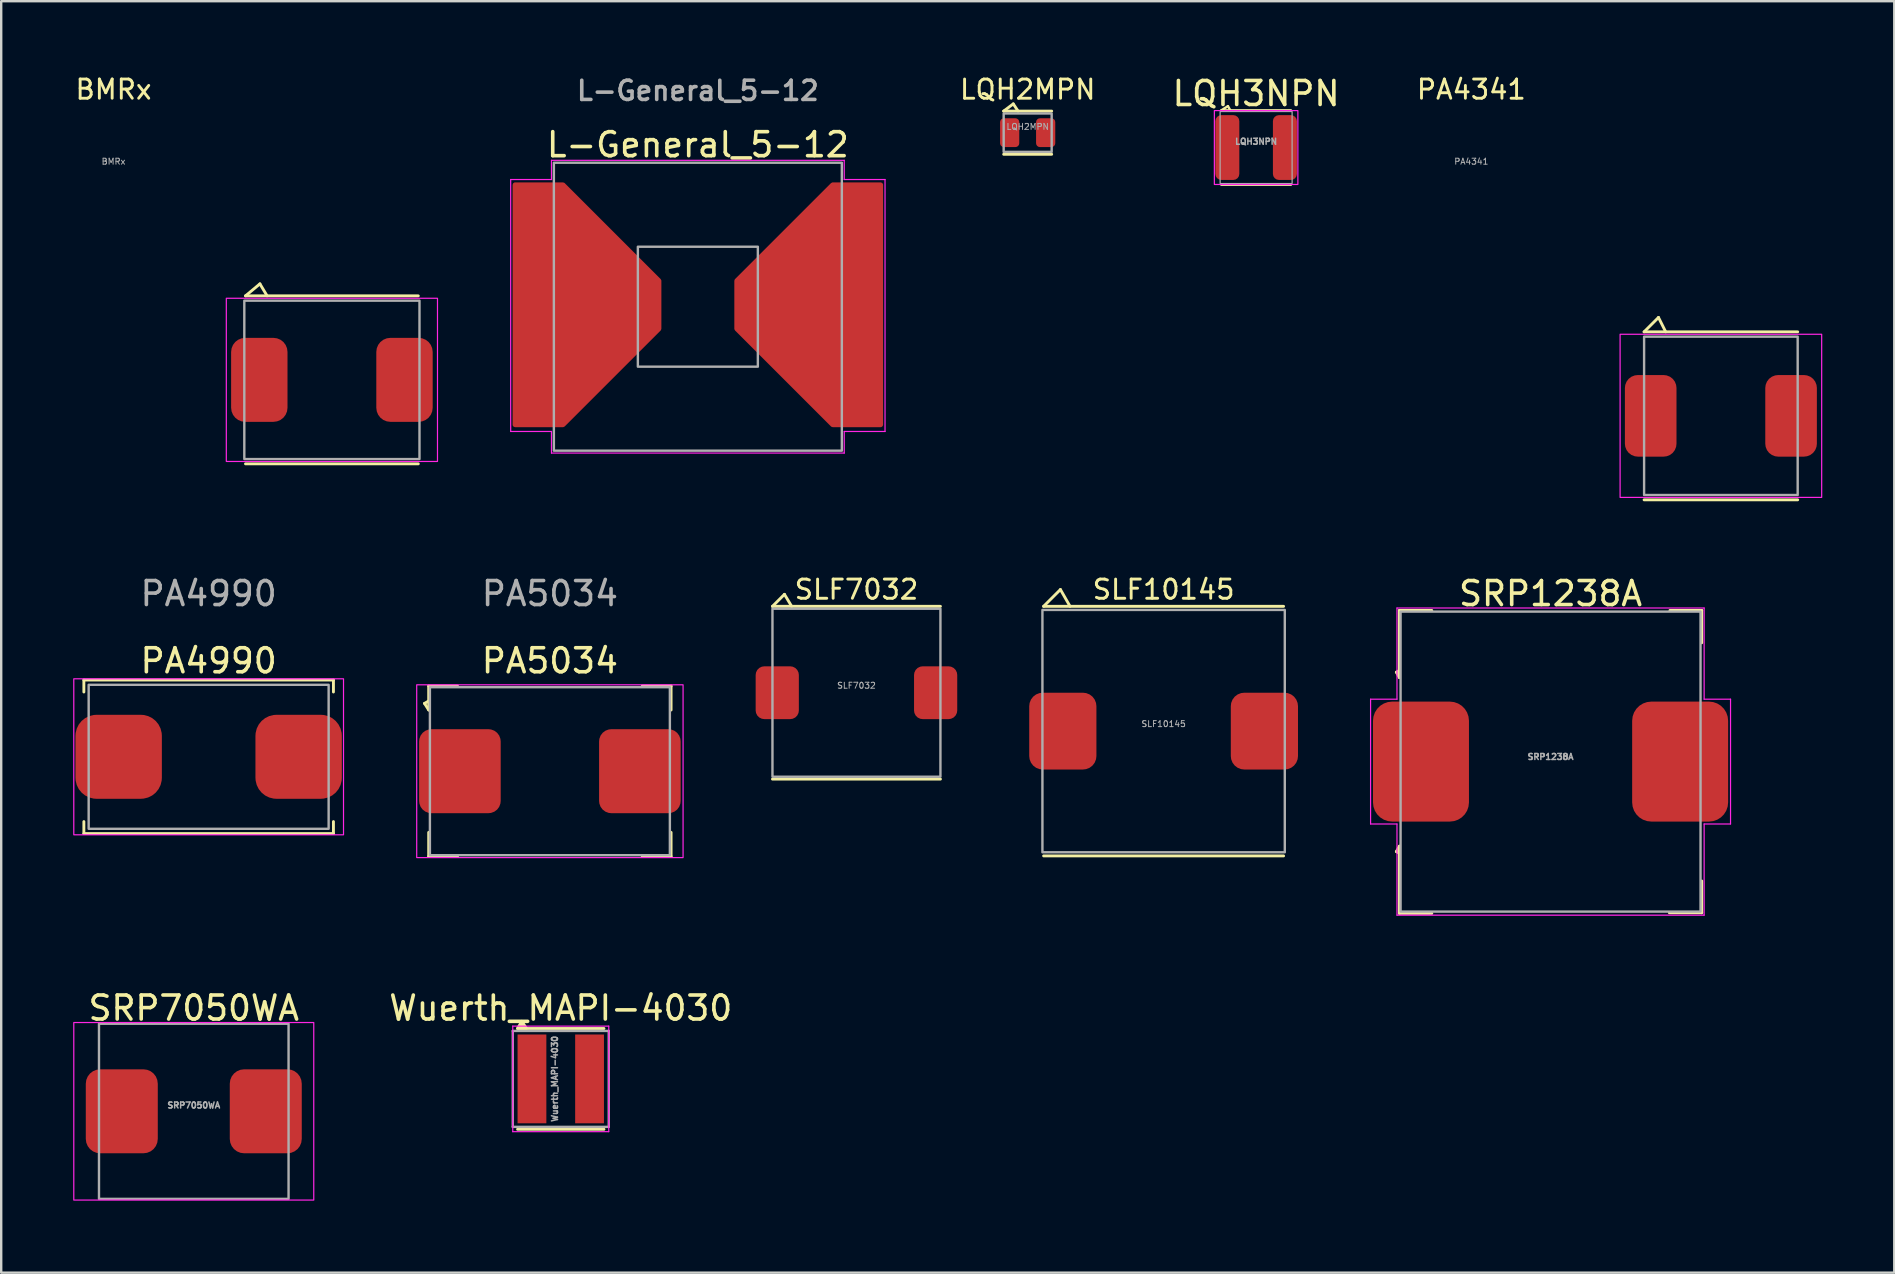
<source format=kicad_pcb>
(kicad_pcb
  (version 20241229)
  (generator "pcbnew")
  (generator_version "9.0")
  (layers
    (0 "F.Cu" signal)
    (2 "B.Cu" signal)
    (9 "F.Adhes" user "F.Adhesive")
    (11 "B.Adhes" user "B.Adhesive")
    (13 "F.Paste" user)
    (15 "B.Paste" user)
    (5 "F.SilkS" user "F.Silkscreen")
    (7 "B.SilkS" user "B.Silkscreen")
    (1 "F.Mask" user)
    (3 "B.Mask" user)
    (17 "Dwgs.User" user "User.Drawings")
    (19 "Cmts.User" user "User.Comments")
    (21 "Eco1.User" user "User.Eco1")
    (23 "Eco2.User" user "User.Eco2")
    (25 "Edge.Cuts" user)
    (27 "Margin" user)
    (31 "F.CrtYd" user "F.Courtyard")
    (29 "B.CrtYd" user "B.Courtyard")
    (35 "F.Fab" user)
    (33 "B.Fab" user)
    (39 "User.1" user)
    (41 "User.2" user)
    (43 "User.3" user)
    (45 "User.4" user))
  (footprint "PA4341"
    (layer "F.Cu")
    (at 68.663 14.279)
    (property "Reference" "PA4341" (at -10.4 -13.6 0) (unlocked yes) (layer "F.SilkS") (effects (font (size 0.8 0.8) (thickness 0.12))))
    (attr smd)
    (fp_line (start -3.2 -3.5) (end -2.6 -4.1) (stroke (width 0.12) (type default)) (layer "F.SilkS"))
    (fp_line (start -3.2 3.5) (end 3.2 3.5) (stroke (width 0.12) (type default)) (layer "F.SilkS"))
    (fp_line (start -2.6 -4.1) (end -2.3 -3.5) (stroke (width 0.12) (type default)) (layer "F.SilkS"))
    (fp_line (start 3.2 -3.5) (end -3.2 -3.5) (stroke (width 0.12) (type default)) (layer "F.SilkS"))
    (fp_rect (start -4.2 -3.4) (end 4.2 3.4) (stroke (width 0.05) (type default)) (fill no) (layer "F.CrtYd"))
    (fp_rect (start -3.2 -3.3) (end 3.2 3.3) (stroke (width 0.1) (type default)) (fill no) (layer "F.Fab"))
    (fp_text user "${REFERENCE}" (at -10.4 -10.6 0) (unlocked yes) (layer "F.Fab") (effects (font (size 0.25 0.25) (thickness 0.04))))
    (pad "1" smd roundrect (at -2.925 0) (size 2.15 3.4) (layers "F.Cu" "F.Mask" "F.Paste") (roundrect_rratio 0.25))
    (pad "2" smd roundrect (at 2.925 0) (size 2.15 3.4) (layers "F.Cu" "F.Mask" "F.Paste") (roundrect_rratio 0.25)))
  (footprint "SLF7032"
    (layer "F.Cu")
    (at 32.64 25.817)
    (property "Reference" "SLF7032" (at 0 -4.3 0) (unlocked yes) (layer "F.SilkS") (effects (font (size 0.8 0.8) (thickness 0.12))))
    (attr smd)
    (fp_line (start -3.5 -3.6) (end -3 -4.1) (stroke (width 0.12) (type default)) (layer "F.SilkS"))
    (fp_line (start -3.5 -3.6) (end 3.5 -3.6) (stroke (width 0.12) (type default)) (layer "F.SilkS"))
    (fp_line (start -3.5 3.6) (end 3.5 3.6) (stroke (width 0.12) (type default)) (layer "F.SilkS"))
    (fp_line (start -3 -4.1) (end -2.7 -3.6) (stroke (width 0.12) (type default)) (layer "F.SilkS"))
    (fp_rect (start -3.5 -3.5) (end 3.5 3.5) (stroke (width 0.1) (type default)) (fill no) (layer "F.Fab"))
    (fp_text user "${REFERENCE}" (at 0 -0.3 0) (unlocked yes) (layer "F.Fab") (effects (font (size 0.25 0.25) (thickness 0.04))))
    (pad "1" smd roundrect (at -3.3 0) (size 1.8 2.2) (layers "F.Cu" "F.Mask" "F.Paste") (roundrect_rratio 0.2))
    (pad "2" smd roundrect (at 3.3 0) (size 1.8 2.2) (layers "F.Cu" "F.Mask" "F.Paste") (roundrect_rratio 0.2)))
  (footprint "LQH3NPN"
    (layer "F.Cu")
    (at 49.295 3.098)
    (property "Reference" "LQH3NPN" (at 0 -2.25 0) (unlocked yes) (layer "F.SilkS") (effects (font (size 1 1) (thickness 0.15))))
    (attr smd)
    (fp_line (start -1.45 -1.55) (end -1.175 -1.725) (stroke (width 0.1) (type solid)) (layer "F.SilkS"))
    (fp_line (start -1.45 -1.55) (end 1.45 -1.55) (stroke (width 0.1) (type solid)) (layer "F.SilkS"))
    (fp_line (start -1.45 1.55) (end 1.45 1.55) (stroke (width 0.1) (type solid)) (layer "F.SilkS"))
    (fp_line (start -1.175 -1.725) (end -1.075 -1.55) (stroke (width 0.1) (type solid)) (layer "F.SilkS"))
    (fp_rect (start -1.74 -1.54) (end 1.74 1.54) (stroke (width 0.05) (type solid)) (fill no) (layer "F.CrtYd"))
    (fp_rect (start -1.5 -1.5) (end 1.5 1.5) (stroke (width 0.05) (type solid)) (fill no) (layer "F.Fab"))
    (fp_text user "${REFERENCE}" (at 0 -0.25 0) (unlocked yes) (layer "F.Fab") (effects (font (size 0.25 0.25) (thickness 0.062))))
    (pad "1" smd roundrect (at -1.2 0) (size 1 2.7) (layers "F.Cu" "F.Mask" "F.Paste") (roundrect_rratio 0.25))
    (pad "2" smd roundrect (at 1.2 0) (size 1 2.7) (layers "F.Cu" "F.Mask" "F.Paste") (roundrect_rratio 0.25)))
  (footprint "SRP7050WA"
    (layer "F.Cu")
    (at 5.025 43.26)
    (property "Reference" "SRP7050WA" (at 0 -4.3 0) (unlocked yes) (layer "F.SilkS") (effects (font (size 1 1) (thickness 0.15))))
    (attr smd)
    (fp_rect (start -5 -3.7) (end 5 3.7) (stroke (width 0.05) (type default)) (fill no) (layer "F.CrtYd"))
    (fp_rect (start -3.95 3.65) (end 3.95 -3.65) (stroke (width 0.1) (type default)) (fill no) (layer "F.Fab"))
    (fp_text user "${REFERENCE}" (at 0 -0.25 0) (unlocked yes) (layer "F.Fab") (effects (font (size 0.25 0.25) (thickness 0.062))))
    (pad "1" smd roundrect (at -3 0) (size 3 3.5) (layers "F.Cu" "F.Mask" "F.Paste") (roundrect_rratio 0.2))
    (pad "2" smd roundrect (at 3 0) (size 3 3.5) (layers "F.Cu" "F.Mask" "F.Paste") (roundrect_rratio 0.2)))
  (footprint "LQH2MPN"
    (layer "F.Cu")
    (at 39.775 2.479)
    (property "Reference" "LQH2MPN" (at 0 -1.8 0) (unlocked yes) (layer "F.SilkS") (effects (font (size 0.8 0.8) (thickness 0.12))))
    (attr smd)
    (fp_line (start -1 -0.9) (end -0.6 -1.2) (stroke (width 0.12) (type default)) (layer "F.SilkS"))
    (fp_line (start -1 -0.9) (end 1 -0.9) (stroke (width 0.12) (type default)) (layer "F.SilkS"))
    (fp_line (start -1 0.9) (end 1 0.9) (stroke (width 0.12) (type default)) (layer "F.SilkS"))
    (fp_line (start -0.6 -1.2) (end -0.4 -0.9) (stroke (width 0.12) (type default)) (layer "F.SilkS"))
    (fp_rect (start -1 -0.8) (end 1 0.8) (stroke (width 0.1) (type default)) (fill no) (layer "F.Fab"))
    (fp_text user "${REFERENCE}" (at 0 -0.25 0) (unlocked yes) (layer "F.Fab") (effects (font (size 0.25 0.25) (thickness 0.04))))
    (pad "1" smd roundrect (at -0.75 0) (size 0.8 1.2) (layers "F.Cu" "F.Mask" "F.Paste") (roundrect_rratio 0.2))
    (pad "2" smd roundrect (at 0.75 0) (size 0.8 1.2) (layers "F.Cu" "F.Mask" "F.Paste") (roundrect_rratio 0.2)))
  (footprint "L-General_5-12"
    (layer "F.Cu")
    (at 26.031 9.731)
    (property "Reference" "L-General_5-12" (at 0 -6.75 0) (unlocked yes) (layer "F.SilkS") (effects (font (size 1 1) (thickness 0.15))))
    (attr smd)
    (fp_line (start -7.8 -5.3) (end -6.1 -5.3) (stroke (width 0.05) (type solid)) (layer "F.CrtYd"))
    (fp_line (start -7.8 5.2) (end -7.8 -5.3) (stroke (width 0.05) (type solid)) (layer "F.CrtYd"))
    (fp_line (start -6.1 -6.1) (end 6.1 -6.1) (stroke (width 0.05) (type solid)) (layer "F.CrtYd"))
    (fp_line (start -6.1 -5.3) (end -6.1 -6.1) (stroke (width 0.05) (type solid)) (layer "F.CrtYd"))
    (fp_line (start -6.1 5.2) (end -7.8 5.2) (stroke (width 0.05) (type solid)) (layer "F.CrtYd"))
    (fp_line (start -6.1 6.1) (end -6.1 5.2) (stroke (width 0.05) (type solid)) (layer "F.CrtYd"))
    (fp_line (start 6.1 -6.1) (end 6.1 -5.3) (stroke (width 0.05) (type solid)) (layer "F.CrtYd"))
    (fp_line (start 6.1 -5.3) (end 7.8 -5.3) (stroke (width 0.05) (type solid)) (layer "F.CrtYd"))
    (fp_line (start 6.1 5.2) (end 6.1 6.1) (stroke (width 0.05) (type solid)) (layer "F.CrtYd"))
    (fp_line (start 6.1 6.1) (end -6.1 6.1) (stroke (width 0.05) (type solid)) (layer "F.CrtYd"))
    (fp_line (start 7.8 -5.3) (end 7.8 5.2) (stroke (width 0.05) (type solid)) (layer "F.CrtYd"))
    (fp_line (start 7.8 5.2) (end 6.1 5.2) (stroke (width 0.05) (type solid)) (layer "F.CrtYd"))
    (fp_rect (start -6 -6) (end 6 6) (stroke (width 0.1) (type solid)) (fill no) (layer "F.Fab"))
    (fp_rect (start -2.5 -2.5) (end 2.5 2.5) (stroke (width 0.1) (type solid)) (fill no) (layer "F.Fab"))
    (fp_text user "${REFERENCE}" (at 0 -9 0) (unlocked yes) (layer "F.Fab") (effects (font (size 0.8 0.8) (thickness 0.15))))
    (pad "1" smd custom (at -7.62 -5.08) (size 0.001 0.001) (layers "F.Cu" "F.Mask" "F.Paste") (options (anchor rect)) (primitives (gr_poly (pts (xy 0 0) (xy 2 0) (xy 6 4) (xy 6 6) (xy 2 10) (xy 0 10)) (width 0.2) (fill yes))))
    (pad "2" smd custom (at 7.62 -5.08) (size 0.001 0.001) (layers "F.Cu" "F.Mask" "F.Paste") (options (anchor rect)) (primitives (gr_poly (pts (xy 0 0) (xy -2 0) (xy -6 4) (xy -6 6) (xy -2 10) (xy 0 10)) (width 0.2) (fill yes)))))
  (footprint "PA4990"
    (layer "F.Cu")
    (at 5.645 28.487)
    (property "Reference" "PA4990" (at 0 -4 0) (unlocked yes) (layer "F.SilkS") (effects (font (size 1 1) (thickness 0.15))))
    (attr smd)
    (fp_line (start -5.2 -3.2) (end -5.2 -2.7) (stroke (width 0.12) (type solid)) (layer "F.SilkS"))
    (fp_line (start -5.2 -3.2) (end 5.2 -3.2) (stroke (width 0.12) (type solid)) (layer "F.SilkS"))
    (fp_line (start -5.2 3.2) (end -5.2 2.7) (stroke (width 0.12) (type solid)) (layer "F.SilkS"))
    (fp_line (start 5.2 -3.2) (end 5.2 -2.7) (stroke (width 0.12) (type solid)) (layer "F.SilkS"))
    (fp_line (start 5.2 3.2) (end -5.2 3.2) (stroke (width 0.12) (type solid)) (layer "F.SilkS"))
    (fp_line (start 5.2 3.2) (end 5.2 2.7) (stroke (width 0.12) (type solid)) (layer "F.SilkS"))
    (fp_rect (start -5.62 -3.25) (end 5.62 3.25) (stroke (width 0.05) (type solid)) (fill no) (layer "F.CrtYd"))
    (fp_rect (start -5 -3) (end 5 3) (stroke (width 0.1) (type solid)) (fill no) (layer "F.Fab"))
    (fp_text user "${REFERENCE}" (at 0 -6.8 0) (unlocked yes) (layer "F.Fab") (effects (font (size 1 1) (thickness 0.15))))
    (pad "1" smd roundrect (at -3.75 0) (size 3.6 3.5) (layers "F.Cu" "F.Mask" "F.Paste") (roundrect_rratio 0.25))
    (pad "2" smd roundrect (at 3.75 0) (size 3.6 3.5) (layers "F.Cu" "F.Mask" "F.Paste") (roundrect_rratio 0.25)))
  (footprint "PA5034"
    (layer "F.Cu")
    (at 19.865 29.087)
    (property "Reference" "PA5034" (at 0 -4.6 0) (unlocked yes) (layer "F.SilkS") (effects (font (size 1 1) (thickness 0.15))))
    (attr smd)
    (fp_line (start -5.225 -2.825) (end -5.05 -2.925) (stroke (width 0.12) (type solid)) (layer "F.SilkS"))
    (fp_line (start -5.05 -3.55) (end -3.85 -3.55) (stroke (width 0.12) (type solid)) (layer "F.SilkS"))
    (fp_line (start -5.05 -2.55) (end -5.225 -2.825) (stroke (width 0.12) (type solid)) (layer "F.SilkS"))
    (fp_line (start -5.05 -2.55) (end -5.05 -3.55) (stroke (width 0.12) (type solid)) (layer "F.SilkS"))
    (fp_line (start -5.05 2.55) (end -5.05 3.55) (stroke (width 0.12) (type solid)) (layer "F.SilkS"))
    (fp_line (start -5.05 3.55) (end -3.85 3.55) (stroke (width 0.12) (type solid)) (layer "F.SilkS"))
    (fp_line (start 3.85 -3.55) (end 5.05 -3.55) (stroke (width 0.12) (type solid)) (layer "F.SilkS"))
    (fp_line (start 3.85 3.55) (end 5.05 3.55) (stroke (width 0.12) (type solid)) (layer "F.SilkS"))
    (fp_line (start 5.05 -2.55) (end 5.05 -3.55) (stroke (width 0.12) (type solid)) (layer "F.SilkS"))
    (fp_line (start 5.05 2.55) (end 5.05 3.55) (stroke (width 0.12) (type solid)) (layer "F.SilkS"))
    (fp_rect (start -5.55 -3.6) (end 5.55 3.6) (stroke (width 0.05) (type solid)) (fill no) (layer "F.CrtYd"))
    (fp_rect (start -5 -3.5) (end 5 3.5) (stroke (width 0.1) (type solid)) (fill no) (layer "F.Fab"))
    (fp_text user "${REFERENCE}" (at 0 -7.4 0) (unlocked yes) (layer "F.Fab") (effects (font (size 1 1) (thickness 0.15))))
    (pad "1" smd roundrect (at -3.75 0) (size 3.4 3.5) (layers "F.Cu" "F.Mask" "F.Paste") (roundrect_rratio 0.15))
    (pad "2" smd roundrect (at 3.75 0) (size 3.4 3.5) (layers "F.Cu" "F.Mask" "F.Paste") (roundrect_rratio 0.15)))
  (footprint "SRP1238A"
    (layer "F.Cu")
    (at 61.565 28.687)
    (property "Reference" "SRP1238A" (at 0 -7 0) (unlocked yes) (layer "F.SilkS") (effects (font (size 1 1) (thickness 0.15))))
    (attr smd)
    (fp_line (start -6.425 -3.725) (end -6.3 -3.8) (stroke (width 0.12) (type solid)) (layer "F.SilkS"))
    (fp_line (start -6.425 3.75) (end -6.3 3.825) (stroke (width 0.12) (type solid)) (layer "F.SilkS"))
    (fp_line (start -6.3 -6.3) (end -4.95 -6.3) (stroke (width 0.12) (type solid)) (layer "F.SilkS"))
    (fp_line (start -6.3 -3.5) (end -6.425 -3.725) (stroke (width 0.12) (type solid)) (layer "F.SilkS"))
    (fp_line (start -6.3 -3.5) (end -6.3 -6.3) (stroke (width 0.12) (type solid)) (layer "F.SilkS"))
    (fp_line (start -6.3 3.525) (end -6.425 3.75) (stroke (width 0.12) (type solid)) (layer "F.SilkS"))
    (fp_line (start -6.3 3.525) (end -6.3 6.325) (stroke (width 0.12) (type solid)) (layer "F.SilkS"))
    (fp_line (start -6.3 6.325) (end -4.95 6.325) (stroke (width 0.12) (type solid)) (layer "F.SilkS"))
    (fp_line (start 4.975 -6.3) (end 6.3 -6.3) (stroke (width 0.12) (type solid)) (layer "F.SilkS"))
    (fp_line (start 6.3 -6.3) (end 6.3 -4.95) (stroke (width 0.12) (type solid)) (layer "F.SilkS"))
    (fp_line (start 6.3 4.975) (end 6.3 6.3) (stroke (width 0.12) (type solid)) (layer "F.SilkS"))
    (fp_line (start 6.3 6.3) (end 4.95 6.3) (stroke (width 0.12) (type solid)) (layer "F.SilkS"))
    (fp_line (start -7.5 -2.6) (end -6.4 -2.6) (stroke (width 0.05) (type solid)) (layer "F.CrtYd"))
    (fp_line (start -7.5 2.6) (end -7.5 -2.6) (stroke (width 0.05) (type solid)) (layer "F.CrtYd"))
    (fp_line (start -6.4 -6.4) (end 6.4 -6.4) (stroke (width 0.05) (type solid)) (layer "F.CrtYd"))
    (fp_line (start -6.4 -2.6) (end -6.4 -6.4) (stroke (width 0.05) (type solid)) (layer "F.CrtYd"))
    (fp_line (start -6.4 2.6) (end -7.5 2.6) (stroke (width 0.05) (type solid)) (layer "F.CrtYd"))
    (fp_line (start -6.4 6.4) (end -6.4 2.6) (stroke (width 0.05) (type solid)) (layer "F.CrtYd"))
    (fp_line (start 6.4 -6.4) (end 6.4 -2.6) (stroke (width 0.05) (type solid)) (layer "F.CrtYd"))
    (fp_line (start 6.4 -2.6) (end 7.5 -2.6) (stroke (width 0.05) (type solid)) (layer "F.CrtYd"))
    (fp_line (start 6.4 2.6) (end 6.4 6.4) (stroke (width 0.05) (type solid)) (layer "F.CrtYd"))
    (fp_line (start 6.4 6.4) (end -6.4 6.4) (stroke (width 0.05) (type solid)) (layer "F.CrtYd"))
    (fp_line (start 7.5 -2.6) (end 7.5 2.6) (stroke (width 0.05) (type solid)) (layer "F.CrtYd"))
    (fp_line (start 7.5 2.6) (end 6.4 2.6) (stroke (width 0.05) (type solid)) (layer "F.CrtYd"))
    (fp_rect (start -6.25 -6.25) (end 6.25 6.25) (stroke (width 0.1) (type solid)) (fill no) (layer "F.Fab"))
    (fp_text user "${REFERENCE}" (at 0 -0.2 0) (unlocked yes) (layer "F.Fab") (effects (font (size 0.25 0.25) (thickness 0.062))))
    (pad "1" smd roundrect (at -5.4 0) (size 4 5) (layers "F.Cu" "F.Mask" "F.Paste") (roundrect_rratio 0.2))
    (pad "2" smd roundrect (at 5.4 0) (size 4 5) (layers "F.Cu" "F.Mask" "F.Paste") (roundrect_rratio 0.2)))
  (footprint "SLF10145"
    (layer "F.Cu")
    (at 45.44 27.417)
    (property "Reference" "SLF10145" (at 0 -5.9 0) (unlocked yes) (layer "F.SilkS") (effects (font (size 0.8 0.8) (thickness 0.12))))
    (attr smd)
    (fp_line (start -5 -5.2) (end -4.3 -5.9) (stroke (width 0.12) (type default)) (layer "F.SilkS"))
    (fp_line (start -5 -5.2) (end 5 -5.2) (stroke (width 0.12) (type default)) (layer "F.SilkS"))
    (fp_line (start -5 5.2) (end 5 5.2) (stroke (width 0.12) (type default)) (layer "F.SilkS"))
    (fp_line (start -4.3 -5.9) (end -3.9 -5.2) (stroke (width 0.12) (type default)) (layer "F.SilkS"))
    (fp_rect (start -5.05 -5.05) (end 5.05 5.05) (stroke (width 0.1) (type default)) (fill no) (layer "F.Fab"))
    (fp_text user "${REFERENCE}" (at 0 -0.3 0) (unlocked yes) (layer "F.Fab") (effects (font (size 0.25 0.25) (thickness 0.04))))
    (pad "1" smd roundrect (at -4.2 0) (size 2.8 3.2) (layers "F.Cu" "F.Mask" "F.Paste") (roundrect_rratio 0.2))
    (pad "2" smd roundrect (at 4.2 0) (size 2.8 3.2) (layers "F.Cu" "F.Mask" "F.Paste") (roundrect_rratio 0.2)))
  (footprint "BMRx"
    (layer "F.Cu")
    (at 10.781 12.779)
    (property "Reference" "BMRx" (at -9.1 -12.1 0) (unlocked yes) (layer "F.SilkS") (effects (font (size 0.8 0.8) (thickness 0.12))))
    (attr smd)
    (fp_line (start -3.6 -3.5) (end -3 -4) (stroke (width 0.12) (type default)) (layer "F.SilkS"))
    (fp_line (start -3 -4) (end -2.7 -3.5) (stroke (width 0.12) (type default)) (layer "F.SilkS"))
    (fp_line (start 3.6 -3.5) (end -3.6 -3.5) (stroke (width 0.12) (type default)) (layer "F.SilkS"))
    (fp_line (start 3.6 3.5) (end -3.6 3.5) (stroke (width 0.12) (type default)) (layer "F.SilkS"))
    (fp_rect (start -4.4 -3.4) (end 4.4 3.4) (stroke (width 0.05) (type default)) (fill no) (layer "F.CrtYd"))
    (fp_rect (start -3.65 -3.3) (end 3.65 3.3) (stroke (width 0.1) (type default)) (fill no) (layer "F.Fab"))
    (fp_text user "${REFERENCE}" (at -9.1 -9.1 0) (unlocked yes) (layer "F.Fab") (effects (font (size 0.25 0.25) (thickness 0.04))))
    (pad "1" smd roundrect (at -3.025 0) (size 2.35 3.5) (layers "F.Cu" "F.Mask" "F.Paste") (roundrect_rratio 0.25))
    (pad "2" smd roundrect (at 3.025 0) (size 2.35 3.5) (layers "F.Cu" "F.Mask" "F.Paste") (roundrect_rratio 0.25)))
  (footprint "Wuerth_MAPI-4030"
    (layer "F.Cu")
    (at 20.318 41.91)
    (property "Reference" "Wuerth_MAPI-4030" (at 0 -2.95 0) (layer "F.SilkS") (effects (font (size 1 1) (thickness 0.15))))
    (attr smd)
    (fp_line (start -1.8 -2.1) (end 1.8 -2.1) (stroke (width 0.12) (type solid)) (layer "F.SilkS"))
    (fp_line (start -1.8 2.1) (end 1.8 2.1) (stroke (width 0.12) (type solid)) (layer "F.SilkS"))
    (fp_poly (pts (xy -1.8 -2.1) (xy -1.625 -2.4) (xy -1.425 -2.1)) (stroke (width 0.12) (type solid)) (fill yes) (layer "F.SilkS"))
    (fp_line (start -2 -2.2) (end -2 2.2) (stroke (width 0.05) (type solid)) (layer "F.CrtYd"))
    (fp_line (start -2 2.2) (end 2 2.2) (stroke (width 0.05) (type solid)) (layer "F.CrtYd"))
    (fp_line (start 2 -2.2) (end -2 -2.2) (stroke (width 0.05) (type solid)) (layer "F.CrtYd"))
    (fp_line (start 2 2.2) (end 2 -2.2) (stroke (width 0.05) (type solid)) (layer "F.CrtYd"))
    (fp_line (start -2 -2) (end -2 2) (stroke (width 0.1) (type solid)) (layer "F.Fab"))
    (fp_line (start -2 2) (end 2 2) (stroke (width 0.1) (type solid)) (layer "F.Fab"))
    (fp_line (start 2 -2) (end -2 -2) (stroke (width 0.1) (type solid)) (layer "F.Fab"))
    (fp_line (start 2 2) (end 2 -2) (stroke (width 0.1) (type solid)) (layer "F.Fab"))
    (fp_text user "${REFERENCE}" (at -0.25 0 90) (layer "F.Fab") (effects (font (size 0.25 0.25) (thickness 0.062))))
    (pad "1" smd rect (at -1.2 0) (size 1.2 3.7) (layers "F.Cu" "F.Mask" "F.Paste"))
    (pad "2" smd rect (at 1.2 0) (size 1.2 3.7) (layers "F.Cu" "F.Mask" "F.Paste")))
  (gr_rect
    (start -3 -3)
    (end 75.888 49.985)
    (stroke (width 0.1) (type default))
    (fill no)
    (layer "Edge.Cuts")))
</source>
